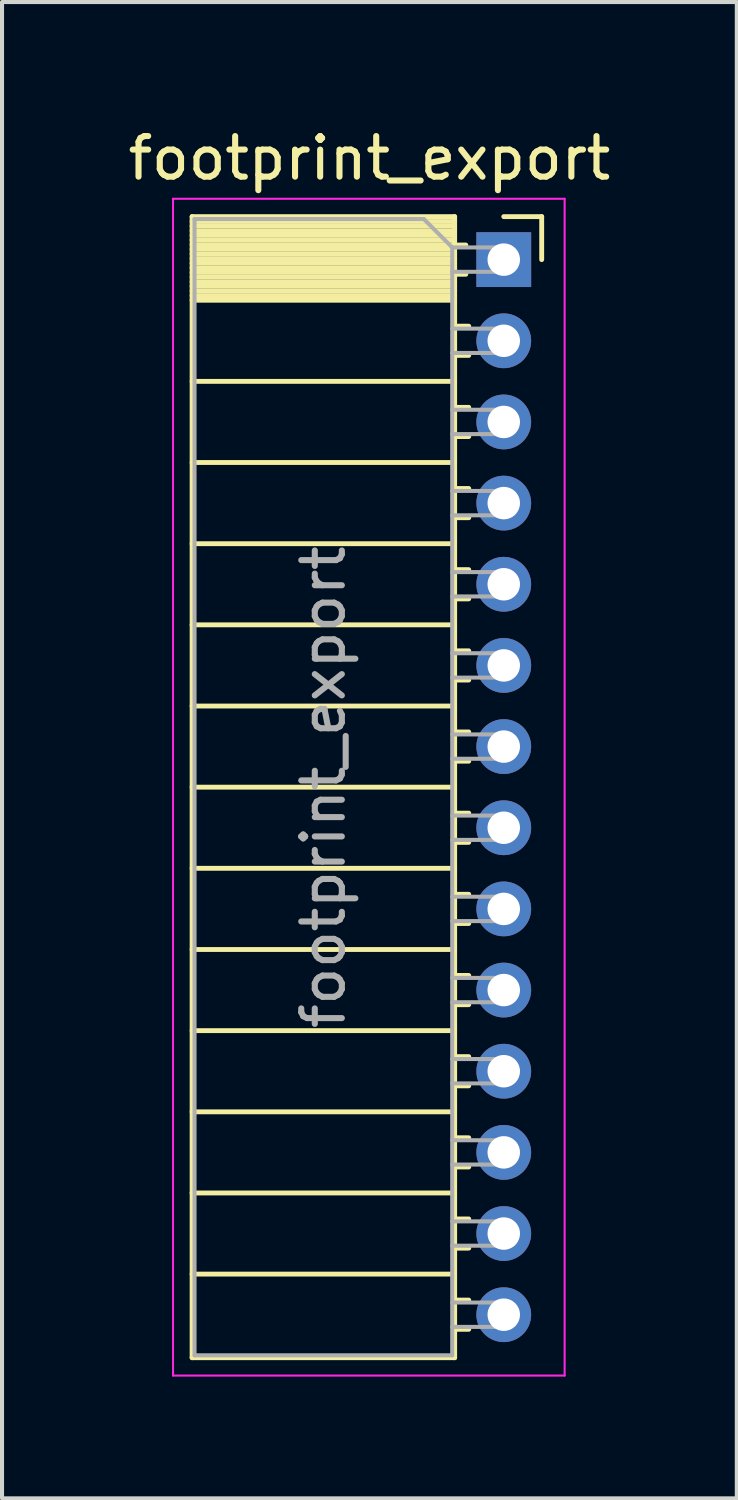
<source format=kicad_pcb>
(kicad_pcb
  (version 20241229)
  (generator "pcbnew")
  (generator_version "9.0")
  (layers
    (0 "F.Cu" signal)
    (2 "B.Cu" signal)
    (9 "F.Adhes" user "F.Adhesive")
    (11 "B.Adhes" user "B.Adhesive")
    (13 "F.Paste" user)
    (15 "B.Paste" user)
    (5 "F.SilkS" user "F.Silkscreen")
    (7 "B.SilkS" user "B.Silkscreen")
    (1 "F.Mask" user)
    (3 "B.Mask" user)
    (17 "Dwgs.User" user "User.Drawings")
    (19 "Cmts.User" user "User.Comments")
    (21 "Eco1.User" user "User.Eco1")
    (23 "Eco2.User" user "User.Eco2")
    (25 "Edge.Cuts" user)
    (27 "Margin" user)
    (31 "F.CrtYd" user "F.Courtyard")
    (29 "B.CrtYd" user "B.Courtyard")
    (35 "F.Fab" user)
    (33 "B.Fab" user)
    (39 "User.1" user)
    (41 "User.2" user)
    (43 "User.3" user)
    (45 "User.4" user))
  (footprint "footprint_export"
    (layer "F.Cu")
    (at 9.364 3.348)
    (property "Reference" "footprint_export" (at -3.31 -2.5 0) (layer "F.SilkS") (effects (font (size 1 1) (thickness 0.15))))
    (attr through_hole)
    (fp_line (start -7.68 -1.06) (end -7.68 27.06) (stroke (width 0.12) (type solid)) (layer "F.SilkS"))
    (fp_line (start -7.68 -1.06) (end -1.21 -1.06) (stroke (width 0.12) (type solid)) (layer "F.SilkS"))
    (fp_line (start -7.68 -0.94) (end -1.21 -0.94) (stroke (width 0.12) (type solid)) (layer "F.SilkS"))
    (fp_line (start -7.68 -0.826) (end -1.21 -0.826) (stroke (width 0.12) (type solid)) (layer "F.SilkS"))
    (fp_line (start -7.68 -0.712) (end -1.21 -0.712) (stroke (width 0.12) (type solid)) (layer "F.SilkS"))
    (fp_line (start -7.68 -0.598) (end -1.21 -0.598) (stroke (width 0.12) (type solid)) (layer "F.SilkS"))
    (fp_line (start -7.68 -0.484) (end -1.21 -0.484) (stroke (width 0.12) (type solid)) (layer "F.SilkS"))
    (fp_line (start -7.68 -0.369) (end -1.21 -0.369) (stroke (width 0.12) (type solid)) (layer "F.SilkS"))
    (fp_line (start -7.68 -0.255) (end -1.21 -0.255) (stroke (width 0.12) (type solid)) (layer "F.SilkS"))
    (fp_line (start -7.68 -0.141) (end -1.21 -0.141) (stroke (width 0.12) (type solid)) (layer "F.SilkS"))
    (fp_line (start -7.68 -0.027) (end -1.21 -0.027) (stroke (width 0.12) (type solid)) (layer "F.SilkS"))
    (fp_line (start -7.68 0.087) (end -1.21 0.087) (stroke (width 0.12) (type solid)) (layer "F.SilkS"))
    (fp_line (start -7.68 0.201) (end -1.21 0.201) (stroke (width 0.12) (type solid)) (layer "F.SilkS"))
    (fp_line (start -7.68 0.315) (end -1.21 0.315) (stroke (width 0.12) (type solid)) (layer "F.SilkS"))
    (fp_line (start -7.68 0.429) (end -1.21 0.429) (stroke (width 0.12) (type solid)) (layer "F.SilkS"))
    (fp_line (start -7.68 0.544) (end -1.21 0.544) (stroke (width 0.12) (type solid)) (layer "F.SilkS"))
    (fp_line (start -7.68 0.658) (end -1.21 0.658) (stroke (width 0.12) (type solid)) (layer "F.SilkS"))
    (fp_line (start -7.68 0.772) (end -1.21 0.772) (stroke (width 0.12) (type solid)) (layer "F.SilkS"))
    (fp_line (start -7.68 0.886) (end -1.21 0.886) (stroke (width 0.12) (type solid)) (layer "F.SilkS"))
    (fp_line (start -7.68 1) (end -1.21 1) (stroke (width 0.12) (type solid)) (layer "F.SilkS"))
    (fp_line (start -7.68 3) (end -1.21 3) (stroke (width 0.12) (type solid)) (layer "F.SilkS"))
    (fp_line (start -7.68 5) (end -1.21 5) (stroke (width 0.12) (type solid)) (layer "F.SilkS"))
    (fp_line (start -7.68 7) (end -1.21 7) (stroke (width 0.12) (type solid)) (layer "F.SilkS"))
    (fp_line (start -7.68 9) (end -1.21 9) (stroke (width 0.12) (type solid)) (layer "F.SilkS"))
    (fp_line (start -7.68 11) (end -1.21 11) (stroke (width 0.12) (type solid)) (layer "F.SilkS"))
    (fp_line (start -7.68 13) (end -1.21 13) (stroke (width 0.12) (type solid)) (layer "F.SilkS"))
    (fp_line (start -7.68 15) (end -1.21 15) (stroke (width 0.12) (type solid)) (layer "F.SilkS"))
    (fp_line (start -7.68 17) (end -1.21 17) (stroke (width 0.12) (type solid)) (layer "F.SilkS"))
    (fp_line (start -7.68 19) (end -1.21 19) (stroke (width 0.12) (type solid)) (layer "F.SilkS"))
    (fp_line (start -7.68 21) (end -1.21 21) (stroke (width 0.12) (type solid)) (layer "F.SilkS"))
    (fp_line (start -7.68 23) (end -1.21 23) (stroke (width 0.12) (type solid)) (layer "F.SilkS"))
    (fp_line (start -7.68 25) (end -1.21 25) (stroke (width 0.12) (type solid)) (layer "F.SilkS"))
    (fp_line (start -7.68 27.06) (end -1.21 27.06) (stroke (width 0.12) (type solid)) (layer "F.SilkS"))
    (fp_line (start -1.21 -1.06) (end -1.21 27.06) (stroke (width 0.12) (type solid)) (layer "F.SilkS"))
    (fp_line (start -1.21 -0.36) (end -0.935 -0.36) (stroke (width 0.12) (type solid)) (layer "F.SilkS"))
    (fp_line (start -1.21 0.36) (end -0.935 0.36) (stroke (width 0.12) (type solid)) (layer "F.SilkS"))
    (fp_line (start -1.21 1.64) (end -0.863 1.64) (stroke (width 0.12) (type solid)) (layer "F.SilkS"))
    (fp_line (start -1.21 2.36) (end -0.863 2.36) (stroke (width 0.12) (type solid)) (layer "F.SilkS"))
    (fp_line (start -1.21 3.64) (end -0.863 3.64) (stroke (width 0.12) (type solid)) (layer "F.SilkS"))
    (fp_line (start -1.21 4.36) (end -0.863 4.36) (stroke (width 0.12) (type solid)) (layer "F.SilkS"))
    (fp_line (start -1.21 5.64) (end -0.863 5.64) (stroke (width 0.12) (type solid)) (layer "F.SilkS"))
    (fp_line (start -1.21 6.36) (end -0.863 6.36) (stroke (width 0.12) (type solid)) (layer "F.SilkS"))
    (fp_line (start -1.21 7.64) (end -0.863 7.64) (stroke (width 0.12) (type solid)) (layer "F.SilkS"))
    (fp_line (start -1.21 8.36) (end -0.863 8.36) (stroke (width 0.12) (type solid)) (layer "F.SilkS"))
    (fp_line (start -1.21 9.64) (end -0.863 9.64) (stroke (width 0.12) (type solid)) (layer "F.SilkS"))
    (fp_line (start -1.21 10.36) (end -0.863 10.36) (stroke (width 0.12) (type solid)) (layer "F.SilkS"))
    (fp_line (start -1.21 11.64) (end -0.863 11.64) (stroke (width 0.12) (type solid)) (layer "F.SilkS"))
    (fp_line (start -1.21 12.36) (end -0.863 12.36) (stroke (width 0.12) (type solid)) (layer "F.SilkS"))
    (fp_line (start -1.21 13.64) (end -0.863 13.64) (stroke (width 0.12) (type solid)) (layer "F.SilkS"))
    (fp_line (start -1.21 14.36) (end -0.863 14.36) (stroke (width 0.12) (type solid)) (layer "F.SilkS"))
    (fp_line (start -1.21 15.64) (end -0.863 15.64) (stroke (width 0.12) (type solid)) (layer "F.SilkS"))
    (fp_line (start -1.21 16.36) (end -0.863 16.36) (stroke (width 0.12) (type solid)) (layer "F.SilkS"))
    (fp_line (start -1.21 17.64) (end -0.863 17.64) (stroke (width 0.12) (type solid)) (layer "F.SilkS"))
    (fp_line (start -1.21 18.36) (end -0.863 18.36) (stroke (width 0.12) (type solid)) (layer "F.SilkS"))
    (fp_line (start -1.21 19.64) (end -0.863 19.64) (stroke (width 0.12) (type solid)) (layer "F.SilkS"))
    (fp_line (start -1.21 20.36) (end -0.863 20.36) (stroke (width 0.12) (type solid)) (layer "F.SilkS"))
    (fp_line (start -1.21 21.64) (end -0.863 21.64) (stroke (width 0.12) (type solid)) (layer "F.SilkS"))
    (fp_line (start -1.21 22.36) (end -0.863 22.36) (stroke (width 0.12) (type solid)) (layer "F.SilkS"))
    (fp_line (start -1.21 23.64) (end -0.863 23.64) (stroke (width 0.12) (type solid)) (layer "F.SilkS"))
    (fp_line (start -1.21 24.36) (end -0.863 24.36) (stroke (width 0.12) (type solid)) (layer "F.SilkS"))
    (fp_line (start -1.21 25.64) (end -0.863 25.64) (stroke (width 0.12) (type solid)) (layer "F.SilkS"))
    (fp_line (start -1.21 26.36) (end -0.863 26.36) (stroke (width 0.12) (type solid)) (layer "F.SilkS"))
    (fp_line (start 0 -1.06) (end 0.935 -1.06) (stroke (width 0.12) (type solid)) (layer "F.SilkS"))
    (fp_line (start 0.935 -1.06) (end 0.935 0) (stroke (width 0.12) (type solid)) (layer "F.SilkS"))
    (fp_line (start -8.15 -1.5) (end -8.15 27.5) (stroke (width 0.05) (type solid)) (layer "F.CrtYd"))
    (fp_line (start -8.15 27.5) (end 1.5 27.5) (stroke (width 0.05) (type solid)) (layer "F.CrtYd"))
    (fp_line (start 1.5 -1.5) (end -8.15 -1.5) (stroke (width 0.05) (type solid)) (layer "F.CrtYd"))
    (fp_line (start 1.5 27.5) (end 1.5 -1.5) (stroke (width 0.05) (type solid)) (layer "F.CrtYd"))
    (fp_line (start -7.62 -1) (end -1.97 -1) (stroke (width 0.1) (type solid)) (layer "F.Fab"))
    (fp_line (start -7.62 27) (end -7.62 -1) (stroke (width 0.1) (type solid)) (layer "F.Fab"))
    (fp_line (start -1.97 -1) (end -1.27 -0.3) (stroke (width 0.1) (type solid)) (layer "F.Fab"))
    (fp_line (start -1.27 -0.3) (end -1.27 27) (stroke (width 0.1) (type solid)) (layer "F.Fab"))
    (fp_line (start -1.27 0.3) (end 0 0.3) (stroke (width 0.1) (type solid)) (layer "F.Fab"))
    (fp_line (start -1.27 2.3) (end 0 2.3) (stroke (width 0.1) (type solid)) (layer "F.Fab"))
    (fp_line (start -1.27 4.3) (end 0 4.3) (stroke (width 0.1) (type solid)) (layer "F.Fab"))
    (fp_line (start -1.27 6.3) (end 0 6.3) (stroke (width 0.1) (type solid)) (layer "F.Fab"))
    (fp_line (start -1.27 8.3) (end 0 8.3) (stroke (width 0.1) (type solid)) (layer "F.Fab"))
    (fp_line (start -1.27 10.3) (end 0 10.3) (stroke (width 0.1) (type solid)) (layer "F.Fab"))
    (fp_line (start -1.27 12.3) (end 0 12.3) (stroke (width 0.1) (type solid)) (layer "F.Fab"))
    (fp_line (start -1.27 14.3) (end 0 14.3) (stroke (width 0.1) (type solid)) (layer "F.Fab"))
    (fp_line (start -1.27 16.3) (end 0 16.3) (stroke (width 0.1) (type solid)) (layer "F.Fab"))
    (fp_line (start -1.27 18.3) (end 0 18.3) (stroke (width 0.1) (type solid)) (layer "F.Fab"))
    (fp_line (start -1.27 20.3) (end 0 20.3) (stroke (width 0.1) (type solid)) (layer "F.Fab"))
    (fp_line (start -1.27 22.3) (end 0 22.3) (stroke (width 0.1) (type solid)) (layer "F.Fab"))
    (fp_line (start -1.27 24.3) (end 0 24.3) (stroke (width 0.1) (type solid)) (layer "F.Fab"))
    (fp_line (start -1.27 26.3) (end 0 26.3) (stroke (width 0.1) (type solid)) (layer "F.Fab"))
    (fp_line (start -1.27 27) (end -7.62 27) (stroke (width 0.1) (type solid)) (layer "F.Fab"))
    (fp_line (start 0 -0.3) (end -1.27 -0.3) (stroke (width 0.1) (type solid)) (layer "F.Fab"))
    (fp_line (start 0 0.3) (end 0 -0.3) (stroke (width 0.1) (type solid)) (layer "F.Fab"))
    (fp_line (start 0 1.7) (end -1.27 1.7) (stroke (width 0.1) (type solid)) (layer "F.Fab"))
    (fp_line (start 0 2.3) (end 0 1.7) (stroke (width 0.1) (type solid)) (layer "F.Fab"))
    (fp_line (start 0 3.7) (end -1.27 3.7) (stroke (width 0.1) (type solid)) (layer "F.Fab"))
    (fp_line (start 0 4.3) (end 0 3.7) (stroke (width 0.1) (type solid)) (layer "F.Fab"))
    (fp_line (start 0 5.7) (end -1.27 5.7) (stroke (width 0.1) (type solid)) (layer "F.Fab"))
    (fp_line (start 0 6.3) (end 0 5.7) (stroke (width 0.1) (type solid)) (layer "F.Fab"))
    (fp_line (start 0 7.7) (end -1.27 7.7) (stroke (width 0.1) (type solid)) (layer "F.Fab"))
    (fp_line (start 0 8.3) (end 0 7.7) (stroke (width 0.1) (type solid)) (layer "F.Fab"))
    (fp_line (start 0 9.7) (end -1.27 9.7) (stroke (width 0.1) (type solid)) (layer "F.Fab"))
    (fp_line (start 0 10.3) (end 0 9.7) (stroke (width 0.1) (type solid)) (layer "F.Fab"))
    (fp_line (start 0 11.7) (end -1.27 11.7) (stroke (width 0.1) (type solid)) (layer "F.Fab"))
    (fp_line (start 0 12.3) (end 0 11.7) (stroke (width 0.1) (type solid)) (layer "F.Fab"))
    (fp_line (start 0 13.7) (end -1.27 13.7) (stroke (width 0.1) (type solid)) (layer "F.Fab"))
    (fp_line (start 0 14.3) (end 0 13.7) (stroke (width 0.1) (type solid)) (layer "F.Fab"))
    (fp_line (start 0 15.7) (end -1.27 15.7) (stroke (width 0.1) (type solid)) (layer "F.Fab"))
    (fp_line (start 0 16.3) (end 0 15.7) (stroke (width 0.1) (type solid)) (layer "F.Fab"))
    (fp_line (start 0 17.7) (end -1.27 17.7) (stroke (width 0.1) (type solid)) (layer "F.Fab"))
    (fp_line (start 0 18.3) (end 0 17.7) (stroke (width 0.1) (type solid)) (layer "F.Fab"))
    (fp_line (start 0 19.7) (end -1.27 19.7) (stroke (width 0.1) (type solid)) (layer "F.Fab"))
    (fp_line (start 0 20.3) (end 0 19.7) (stroke (width 0.1) (type solid)) (layer "F.Fab"))
    (fp_line (start 0 21.7) (end -1.27 21.7) (stroke (width 0.1) (type solid)) (layer "F.Fab"))
    (fp_line (start 0 22.3) (end 0 21.7) (stroke (width 0.1) (type solid)) (layer "F.Fab"))
    (fp_line (start 0 23.7) (end -1.27 23.7) (stroke (width 0.1) (type solid)) (layer "F.Fab"))
    (fp_line (start 0 24.3) (end 0 23.7) (stroke (width 0.1) (type solid)) (layer "F.Fab"))
    (fp_line (start 0 25.7) (end -1.27 25.7) (stroke (width 0.1) (type solid)) (layer "F.Fab"))
    (fp_line (start 0 26.3) (end 0 25.7) (stroke (width 0.1) (type solid)) (layer "F.Fab"))
    (fp_text user "${REFERENCE}" (at -4.445 13 90) (layer "F.Fab") (effects (font (size 1 1) (thickness 0.15))))
    (pad "1" thru_hole rect (at 0 0) (size 1.35 1.35) (drill 0.8) (layers "*.Cu" "*.Mask"))
    (pad "2" thru_hole oval (at 0 2) (size 1.35 1.35) (drill 0.8) (layers "*.Cu" "*.Mask"))
    (pad "3" thru_hole oval (at 0 4) (size 1.35 1.35) (drill 0.8) (layers "*.Cu" "*.Mask"))
    (pad "4" thru_hole oval (at 0 6) (size 1.35 1.35) (drill 0.8) (layers "*.Cu" "*.Mask"))
    (pad "5" thru_hole oval (at 0 8) (size 1.35 1.35) (drill 0.8) (layers "*.Cu" "*.Mask"))
    (pad "6" thru_hole oval (at 0 10) (size 1.35 1.35) (drill 0.8) (layers "*.Cu" "*.Mask"))
    (pad "7" thru_hole oval (at 0 12) (size 1.35 1.35) (drill 0.8) (layers "*.Cu" "*.Mask"))
    (pad "8" thru_hole oval (at 0 14) (size 1.35 1.35) (drill 0.8) (layers "*.Cu" "*.Mask"))
    (pad "9" thru_hole oval (at 0 16) (size 1.35 1.35) (drill 0.8) (layers "*.Cu" "*.Mask"))
    (pad "10" thru_hole oval (at 0 18) (size 1.35 1.35) (drill 0.8) (layers "*.Cu" "*.Mask"))
    (pad "11" thru_hole oval (at 0 20) (size 1.35 1.35) (drill 0.8) (layers "*.Cu" "*.Mask"))
    (pad "12" thru_hole oval (at 0 22) (size 1.35 1.35) (drill 0.8) (layers "*.Cu" "*.Mask"))
    (pad "13" thru_hole oval (at 0 24) (size 1.35 1.35) (drill 0.8) (layers "*.Cu" "*.Mask"))
    (pad "14" thru_hole oval (at 0 26) (size 1.35 1.35) (drill 0.8) (layers "*.Cu" "*.Mask")))
  (gr_rect
    (start -3 -3)
    (end 15.107 33.873)
    (stroke (width 0.1) (type default))
    (fill no)
    (layer "Edge.Cuts")))
</source>
